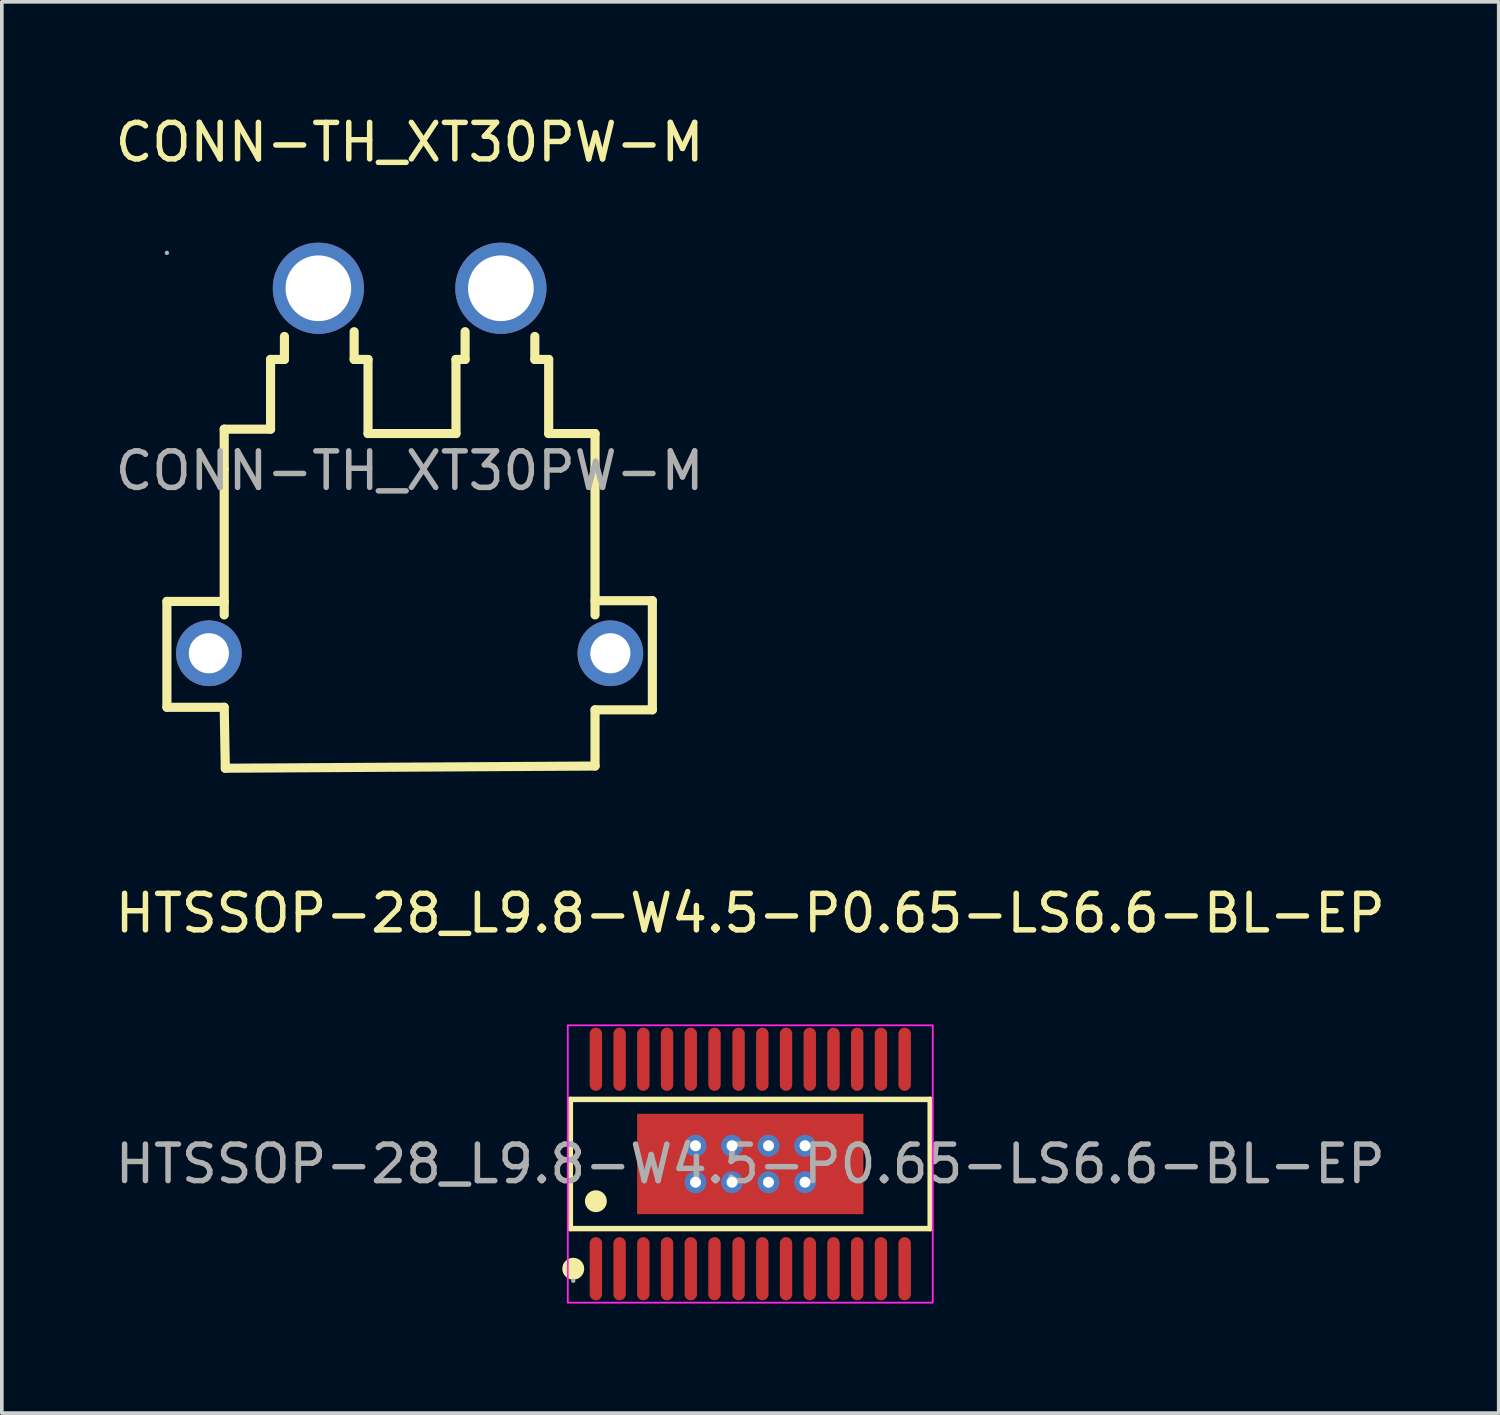
<source format=kicad_pcb>
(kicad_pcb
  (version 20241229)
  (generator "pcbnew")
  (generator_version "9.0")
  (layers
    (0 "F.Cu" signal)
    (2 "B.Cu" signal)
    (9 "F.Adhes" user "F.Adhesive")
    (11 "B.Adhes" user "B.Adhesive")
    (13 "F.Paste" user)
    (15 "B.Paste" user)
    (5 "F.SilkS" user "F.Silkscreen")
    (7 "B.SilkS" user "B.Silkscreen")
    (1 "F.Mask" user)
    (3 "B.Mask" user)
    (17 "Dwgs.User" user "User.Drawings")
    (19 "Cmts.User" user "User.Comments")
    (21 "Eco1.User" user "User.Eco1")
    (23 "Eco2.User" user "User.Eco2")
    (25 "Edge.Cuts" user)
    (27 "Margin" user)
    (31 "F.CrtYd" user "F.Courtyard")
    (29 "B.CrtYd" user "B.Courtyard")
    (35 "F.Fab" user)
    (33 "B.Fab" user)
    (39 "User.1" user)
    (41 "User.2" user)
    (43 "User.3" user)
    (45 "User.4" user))
  (footprint "CONN-TH_XT30PW-M"
    (layer "F.Cu")
    (at 8.173 9.848)
    (property "Reference" "CONN-TH_XT30PW-M" (at 0 -9 0) (layer "F.SilkS") (effects (font (size 1 1) (thickness 0.15))))
    (attr through_hole)
    (fp_line (start -6.65 3.58) (end -6.65 6.48) (stroke (width 0.25) (type solid)) (layer "F.SilkS"))
    (fp_line (start -6.65 3.58) (end -5.08 3.58) (stroke (width 0.25) (type solid)) (layer "F.SilkS"))
    (fp_line (start -6.65 6.48) (end -5.08 6.48) (stroke (width 0.25) (type solid)) (layer "F.SilkS"))
    (fp_line (start -5.08 -1.14) (end -5.08 -0.05) (stroke (width 0.25) (type solid)) (layer "F.SilkS"))
    (fp_line (start -5.08 3.95) (end -5.08 -0.05) (stroke (width 0.25) (type solid)) (layer "F.SilkS"))
    (fp_line (start -5.08 6.48) (end -5.05 8.15) (stroke (width 0.25) (type solid)) (layer "F.SilkS"))
    (fp_line (start -5.05 8.15) (end 5.08 8.09) (stroke (width 0.25) (type solid)) (layer "F.SilkS"))
    (fp_line (start -3.81 -3.05) (end -3.81 -1.14) (stroke (width 0.25) (type solid)) (layer "F.SilkS"))
    (fp_line (start -3.81 -1.14) (end -5.08 -1.14) (stroke (width 0.25) (type solid)) (layer "F.SilkS"))
    (fp_line (start -3.43 -3.68) (end -3.43 -3.05) (stroke (width 0.25) (type solid)) (layer "F.SilkS"))
    (fp_line (start -3.43 -3.05) (end -3.81 -3.05) (stroke (width 0.25) (type solid)) (layer "F.SilkS"))
    (fp_line (start -1.52 -3.81) (end -1.52 -3.05) (stroke (width 0.25) (type solid)) (layer "F.SilkS"))
    (fp_line (start -1.52 -3.05) (end -1.14 -3.05) (stroke (width 0.25) (type solid)) (layer "F.SilkS"))
    (fp_line (start -1.14 -3.05) (end -1.14 -1.02) (stroke (width 0.25) (type solid)) (layer "F.SilkS"))
    (fp_line (start -1.14 -1.02) (end 1.27 -1.02) (stroke (width 0.25) (type solid)) (layer "F.SilkS"))
    (fp_line (start 1.27 -3.05) (end 1.52 -3.05) (stroke (width 0.25) (type solid)) (layer "F.SilkS"))
    (fp_line (start 1.27 -1.02) (end 1.27 -3.05) (stroke (width 0.25) (type solid)) (layer "F.SilkS"))
    (fp_line (start 1.52 -3.05) (end 1.52 -3.81) (stroke (width 0.25) (type solid)) (layer "F.SilkS"))
    (fp_line (start 3.43 -3.68) (end 3.43 -3.05) (stroke (width 0.25) (type solid)) (layer "F.SilkS"))
    (fp_line (start 3.43 -3.05) (end 3.81 -3.05) (stroke (width 0.25) (type solid)) (layer "F.SilkS"))
    (fp_line (start 3.81 -3.05) (end 3.81 -1.02) (stroke (width 0.25) (type solid)) (layer "F.SilkS"))
    (fp_line (start 3.81 -1.02) (end 5.08 -1.02) (stroke (width 0.25) (type solid)) (layer "F.SilkS"))
    (fp_line (start 5.08 -1.02) (end 5.08 -0.05) (stroke (width 0.25) (type solid)) (layer "F.SilkS"))
    (fp_line (start 5.08 3.56) (end 6.65 3.56) (stroke (width 0.25) (type solid)) (layer "F.SilkS"))
    (fp_line (start 5.08 3.95) (end 5.08 -0.05) (stroke (width 0.25) (type solid)) (layer "F.SilkS"))
    (fp_line (start 5.08 6.55) (end 6.65 6.55) (stroke (width 0.25) (type solid)) (layer "F.SilkS"))
    (fp_line (start 5.08 8.09) (end 5.08 6.55) (stroke (width 0.25) (type solid)) (layer "F.SilkS"))
    (fp_line (start 6.65 3.56) (end 6.65 6.55) (stroke (width 0.25) (type solid)) (layer "F.SilkS"))
    (fp_circle (center -6.65 -5.97) (end -6.62 -5.97) (stroke (width 0.06) (type solid)) (fill no) (layer "F.Fab"))
    (fp_circle (center -5.5 5) (end -5.31 5) (stroke (width 0.38) (type solid)) (fill no) (layer "F.Fab"))
    (fp_circle (center -2.5 -5) (end -2.17 -5) (stroke (width 0.65) (type solid)) (fill no) (layer "F.Fab"))
    (fp_circle (center 2.5 -5) (end 2.83 -5) (stroke (width 0.65) (type solid)) (fill no) (layer "F.Fab"))
    (fp_circle (center 5.5 5) (end 5.69 5) (stroke (width 0.38) (type solid)) (fill no) (layer "F.Fab"))
    (fp_text user "${REFERENCE}" (at 0 0 0) (layer "F.Fab") (effects (font (size 1 1) (thickness 0.15))))
    (pad "1" thru_hole circle (at -2.5 -5) (size 2.5 2.5) (drill 1.8) (layers "*.Cu" "*.Mask"))
    (pad "2" thru_hole circle (at 2.5 -5) (size 2.5 2.5) (drill 1.8) (layers "*.Cu" "*.Mask"))
    (pad "3" thru_hole circle (at 5.5 5) (size 1.8 1.8) (drill 1.1) (layers "*.Cu" "*.Mask"))
    (pad "4" thru_hole circle (at -5.5 5) (size 1.8 1.8) (drill 1.1) (layers "*.Cu" "*.Mask")))
  (footprint "HTSSOP-28_L9.8-W4.5-P0.65-LS6.6-BL-EP"
    (layer "F.Cu")
    (at 17.506 28.841)
    (property "Reference" "HTSSOP-28_L9.8-W4.5-P0.65-LS6.6-BL-EP" (at 0 -6.87 0) (layer "F.SilkS") (effects (font (size 1 1) (thickness 0.15))))
    (attr smd)
    (fp_line (start -4.93 -1.77) (end 4.93 -1.77) (stroke (width 0.15) (type solid)) (layer "F.SilkS"))
    (fp_line (start -4.93 1.77) (end -4.93 -1.77) (stroke (width 0.15) (type solid)) (layer "F.SilkS"))
    (fp_line (start 4.93 -1.77) (end 4.93 1.77) (stroke (width 0.15) (type solid)) (layer "F.SilkS"))
    (fp_line (start 4.93 1.77) (end -4.93 1.77) (stroke (width 0.15) (type solid)) (layer "F.SilkS"))
    (fp_circle (center -4.85 2.87) (end -4.7 2.87) (stroke (width 0.3) (type solid)) (fill no) (layer "F.SilkS"))
    (fp_circle (center -4.23 1.02) (end -4.08 1.02) (stroke (width 0.3) (type solid)) (fill no) (layer "F.SilkS"))
    (fp_rect (start -5 -3.8) (end 5 3.8) (stroke (width 0.05) (type default)) (fill no) (layer "F.CrtYd"))
    (fp_circle (center -4.85 3.2) (end -4.82 3.2) (stroke (width 0.06) (type solid)) (fill no) (layer "F.Fab"))
    (fp_text user "${REFERENCE}" (at 0 0 0) (layer "F.Fab") (effects (font (size 1 1) (thickness 0.15))))
    (pad "1" smd oval (at -4.23 2.87) (size 0.34 1.73) (layers "F.Cu" "F.Mask" "F.Paste"))
    (pad "2" smd oval (at -3.58 2.87) (size 0.34 1.73) (layers "F.Cu" "F.Mask" "F.Paste"))
    (pad "3" smd oval (at -2.93 2.87) (size 0.34 1.73) (layers "F.Cu" "F.Mask" "F.Paste"))
    (pad "4" smd oval (at -2.28 2.87) (size 0.34 1.73) (layers "F.Cu" "F.Mask" "F.Paste"))
    (pad "5" smd oval (at -1.63 2.87) (size 0.34 1.73) (layers "F.Cu" "F.Mask" "F.Paste"))
    (pad "6" smd oval (at -0.98 2.87) (size 0.34 1.73) (layers "F.Cu" "F.Mask" "F.Paste"))
    (pad "7" smd oval (at -0.32 2.87) (size 0.34 1.73) (layers "F.Cu" "F.Mask" "F.Paste"))
    (pad "8" smd oval (at 0.33 2.87) (size 0.34 1.73) (layers "F.Cu" "F.Mask" "F.Paste"))
    (pad "9" smd oval (at 0.98 2.87) (size 0.34 1.73) (layers "F.Cu" "F.Mask" "F.Paste"))
    (pad "10" smd oval (at 1.63 2.87) (size 0.34 1.73) (layers "F.Cu" "F.Mask" "F.Paste"))
    (pad "11" smd oval (at 2.28 2.87) (size 0.34 1.73) (layers "F.Cu" "F.Mask" "F.Paste"))
    (pad "12" smd oval (at 2.93 2.87) (size 0.34 1.73) (layers "F.Cu" "F.Mask" "F.Paste"))
    (pad "13" smd oval (at 3.58 2.87) (size 0.34 1.73) (layers "F.Cu" "F.Mask" "F.Paste"))
    (pad "14" smd oval (at 4.23 2.87) (size 0.34 1.73) (layers "F.Cu" "F.Mask" "F.Paste"))
    (pad "15" smd oval (at 4.23 -2.87) (size 0.34 1.73) (layers "F.Cu" "F.Mask" "F.Paste"))
    (pad "16" smd oval (at 3.58 -2.87) (size 0.34 1.73) (layers "F.Cu" "F.Mask" "F.Paste"))
    (pad "17" smd oval (at 2.93 -2.87) (size 0.34 1.73) (layers "F.Cu" "F.Mask" "F.Paste"))
    (pad "18" smd oval (at 2.28 -2.87) (size 0.34 1.73) (layers "F.Cu" "F.Mask" "F.Paste"))
    (pad "19" smd oval (at 1.63 -2.87) (size 0.34 1.73) (layers "F.Cu" "F.Mask" "F.Paste"))
    (pad "20" smd oval (at 0.98 -2.87) (size 0.34 1.73) (layers "F.Cu" "F.Mask" "F.Paste"))
    (pad "21" smd oval (at 0.33 -2.87) (size 0.34 1.73) (layers "F.Cu" "F.Mask" "F.Paste"))
    (pad "22" smd oval (at -0.32 -2.87) (size 0.34 1.73) (layers "F.Cu" "F.Mask" "F.Paste"))
    (pad "23" smd oval (at -0.98 -2.87) (size 0.34 1.73) (layers "F.Cu" "F.Mask" "F.Paste"))
    (pad "24" smd oval (at -1.63 -2.87) (size 0.34 1.73) (layers "F.Cu" "F.Mask" "F.Paste"))
    (pad "25" smd oval (at -2.28 -2.87) (size 0.34 1.73) (layers "F.Cu" "F.Mask" "F.Paste"))
    (pad "26" smd oval (at -2.93 -2.87) (size 0.34 1.73) (layers "F.Cu" "F.Mask" "F.Paste"))
    (pad "27" smd oval (at -3.58 -2.87) (size 0.34 1.73) (layers "F.Cu" "F.Mask" "F.Paste"))
    (pad "28" smd oval (at -4.23 -2.87) (size 0.34 1.73) (layers "F.Cu" "F.Mask" "F.Paste"))
    (pad "29" thru_hole circle (at -1.5 -0.5) (size 0.6 0.6) (drill 0.3) (layers "*.Cu" "*.Mask"))
    (pad "29" thru_hole circle (at -1.5 0.5) (size 0.6 0.6) (drill 0.3) (layers "*.Cu" "*.Mask"))
    (pad "29" thru_hole circle (at -0.5 -0.5) (size 0.6 0.6) (drill 0.3) (layers "*.Cu" "*.Mask"))
    (pad "29" thru_hole circle (at -0.5 0.5) (size 0.6 0.6) (drill 0.3) (layers "*.Cu" "*.Mask"))
    (pad "29" smd rect (at 0 0) (size 6.2 2.75) (layers "F.Cu" "F.Mask" "F.Paste"))
    (pad "29" thru_hole circle (at 0.5 -0.5) (size 0.6 0.6) (drill 0.3) (layers "*.Cu" "*.Mask"))
    (pad "29" thru_hole circle (at 0.5 0.5) (size 0.6 0.6) (drill 0.3) (layers "*.Cu" "*.Mask"))
    (pad "29" thru_hole circle (at 1.5 -0.5) (size 0.6 0.6) (drill 0.3) (layers "*.Cu" "*.Mask"))
    (pad "29" thru_hole circle (at 1.5 0.5) (size 0.6 0.6) (drill 0.3) (layers "*.Cu" "*.Mask")))
  (gr_rect
    (start -3 -3)
    (end 38.012 35.666)
    (stroke (width 0.1) (type default))
    (fill no)
    (layer "Edge.Cuts")))
</source>
